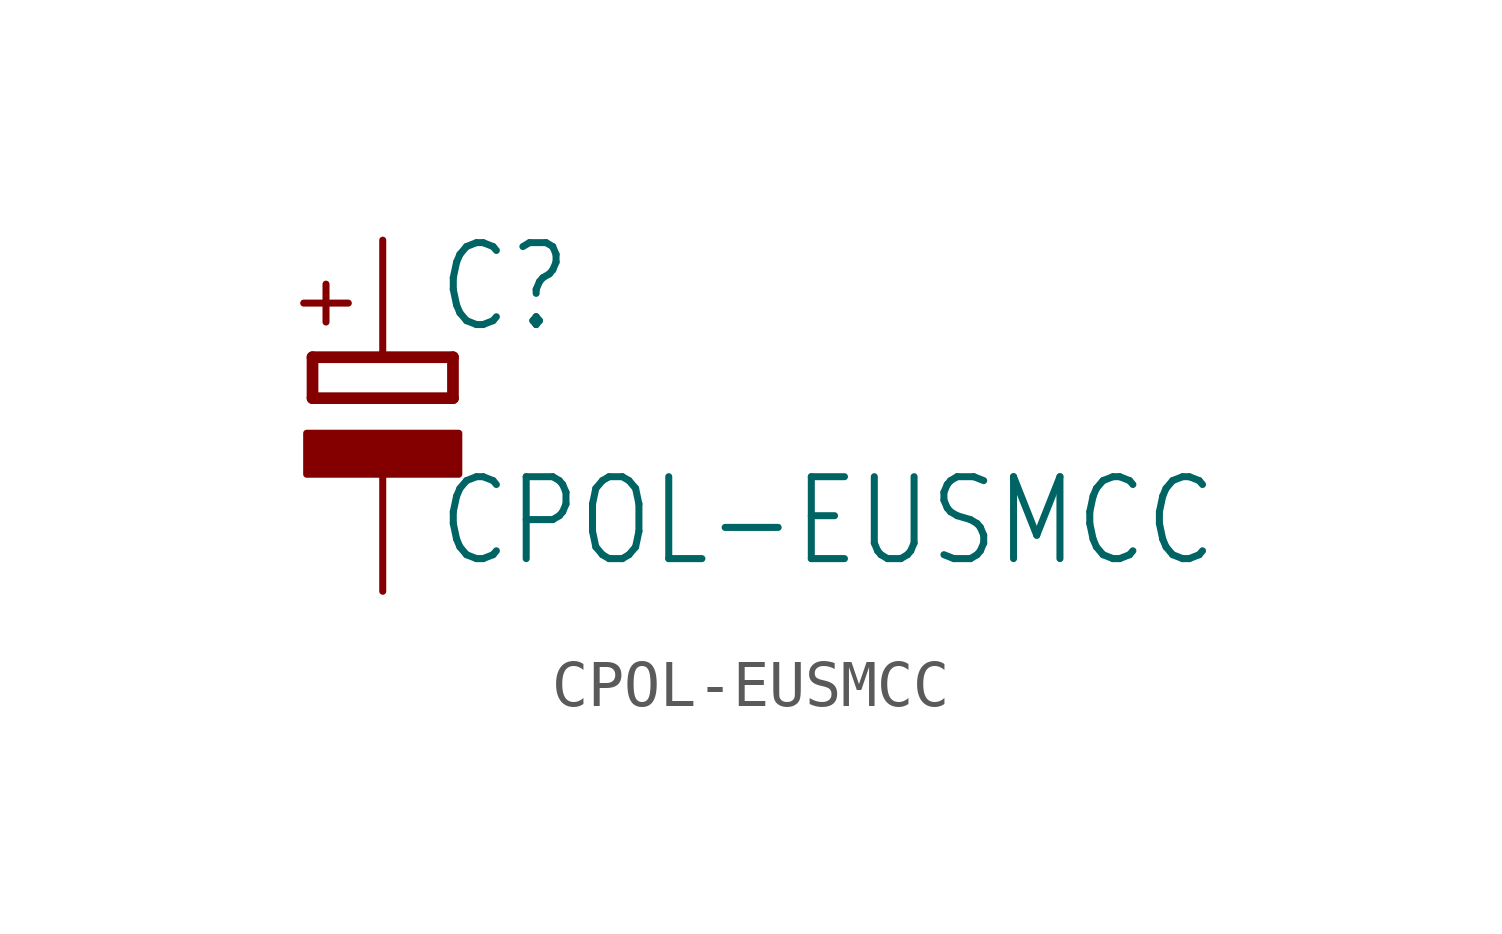
<source format=kicad_sym>
(kicad_symbol_lib
  (version 20211014)
  (generator kicad_symbol_editor)
  (symbol "CPOL-EUSMCC"
    (property "Reference" "C"
      (at 1.143 0.483 0)
      (effects (font (size 1.778 1.511)) (justify left bottom)))
    (property "Value" "CPOL-EUSMCC"
      (at 1.143 -4.597 0)
      (effects (font (size 1.778 1.511)) (justify left bottom)))
    (property "ki_locked" ""
      (at 0 0 0)
      (effects (font (size 1.27 1.27))))
    (symbol "CPOL-EUSMCC_1_0"
      (rectangle (start -1.651 -2.54) (end 1.651 -1.651) (stroke (width 0) (type default) (color 0 0 0 0)) (fill (type outline)))
      (polyline (pts (xy -1.524 -0.889) (xy 1.524 -0.889)) (stroke (width 0.254) (type default) (color 0 0 0 0)) (fill (type none)))
      (polyline (pts (xy -1.524 0) (xy -1.524 -0.889)) (stroke (width 0.254) (type default) (color 0 0 0 0)) (fill (type none)))
      (polyline (pts (xy -1.524 0) (xy 1.524 0)) (stroke (width 0.254) (type default) (color 0 0 0 0)) (fill (type none)))
      (polyline (pts (xy 1.524 -0.889) (xy 1.524 0)) (stroke (width 0.254) (type default) (color 0 0 0 0)) (fill (type none)))
      (text "+" (at -0.584 0.406 900) (effects (font (size 1.27 1.079)) (justify left bottom)))
      (pin passive line (at 0 2.54 270) (length 2.54) (name "+" (effects (font (size 0 0)))) (number "+" (effects (font (size 0 0)))))
      (pin passive line (at 0 -5.08 90) (length 2.54) (name "-" (effects (font (size 0 0)))) (number "-" (effects (font (size 0 0))))))))
</source>
